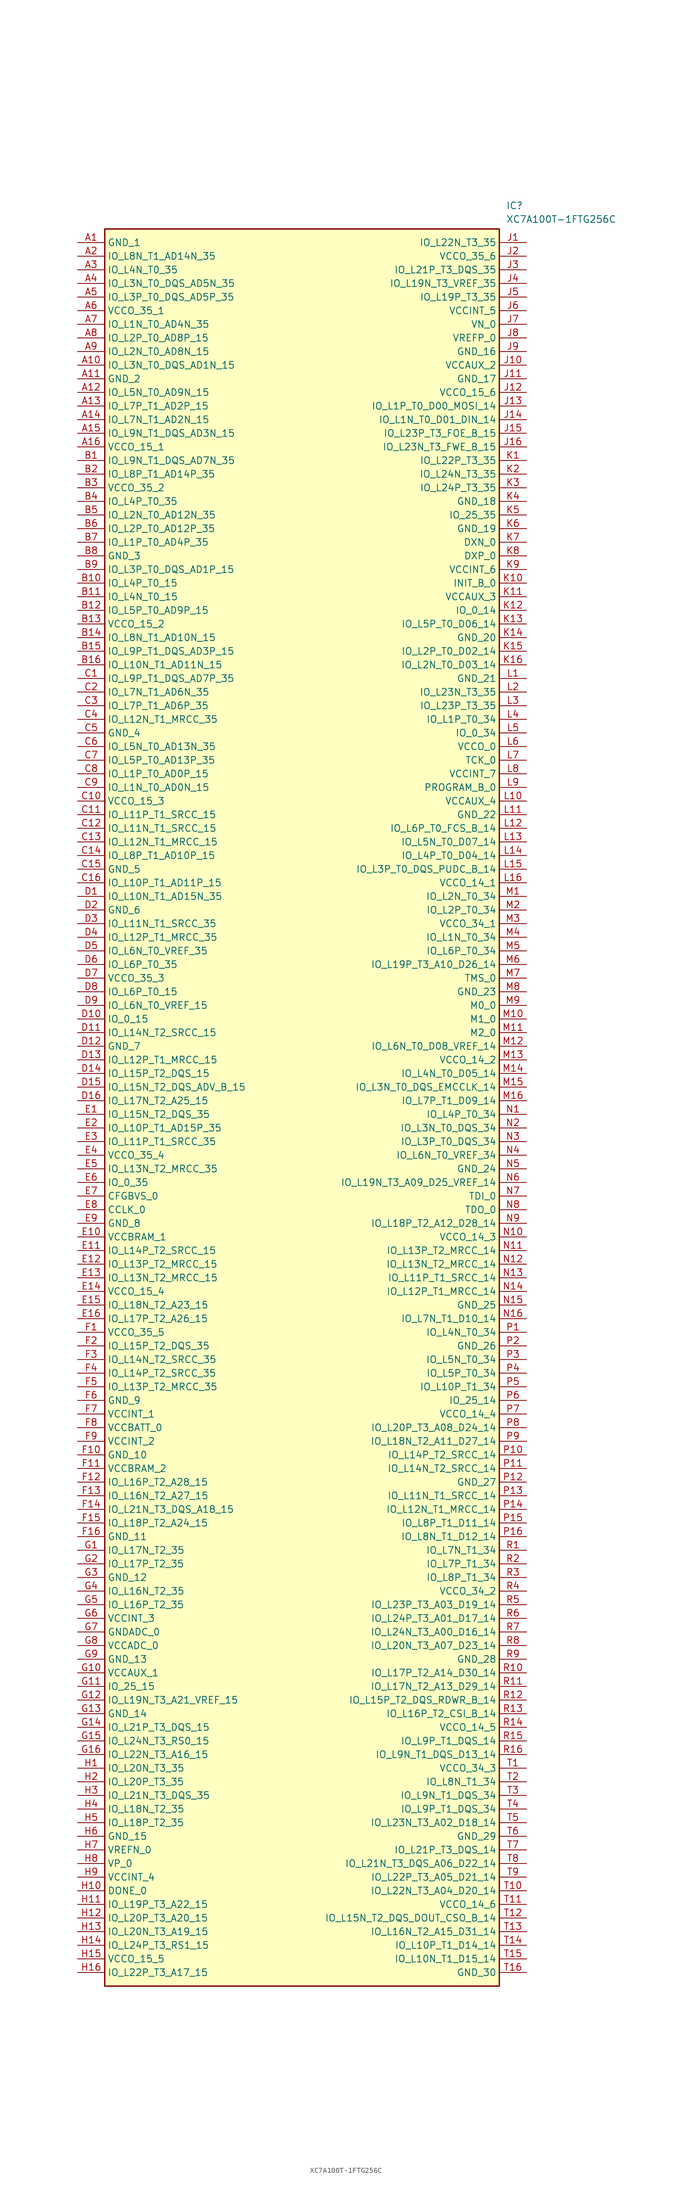
<source format=kicad_sym>
(kicad_symbol_lib
  (version 20211014)
  (generator SamacSys_ECAD_Model)
  (symbol "XC7A100T-1FTG256C"
    (property "Reference" "IC"
      (at 80.01 7.62 0)
      (effects (font (size 1.27 1.27)) (justify left top)))
    (property "Value" "XC7A100T-1FTG256C"
      (at 80.01 5.08 0)
      (effects (font (size 1.27 1.27)) (justify left top)))
    (rectangle
      (start 5.08 2.54)
      (end 78.74 -325.12)
      (stroke (width 0.254) (type default))
      (fill (type background)))
    (pin passive line
      (at 0 0 0)
      (length 5.08)
      (name "GND_1" (effects (font (size 1.27 1.27))))
      (number "A1" (effects (font (size 1.27 1.27)))))
    (pin passive line
      (at 0 -2.54 0)
      (length 5.08)
      (name "IO_L8N_T1_AD14N_35" (effects (font (size 1.27 1.27))))
      (number "A2" (effects (font (size 1.27 1.27)))))
    (pin passive line
      (at 0 -5.08 0)
      (length 5.08)
      (name "IO_L4N_T0_35" (effects (font (size 1.27 1.27))))
      (number "A3" (effects (font (size 1.27 1.27)))))
    (pin passive line
      (at 0 -7.62 0)
      (length 5.08)
      (name "IO_L3N_T0_DQS_AD5N_35" (effects (font (size 1.27 1.27))))
      (number "A4" (effects (font (size 1.27 1.27)))))
    (pin passive line
      (at 0 -10.16 0)
      (length 5.08)
      (name "IO_L3P_T0_DQS_AD5P_35" (effects (font (size 1.27 1.27))))
      (number "A5" (effects (font (size 1.27 1.27)))))
    (pin passive line
      (at 0 -12.7 0)
      (length 5.08)
      (name "VCCO_35_1" (effects (font (size 1.27 1.27))))
      (number "A6" (effects (font (size 1.27 1.27)))))
    (pin passive line
      (at 0 -15.24 0)
      (length 5.08)
      (name "IO_L1N_T0_AD4N_35" (effects (font (size 1.27 1.27))))
      (number "A7" (effects (font (size 1.27 1.27)))))
    (pin passive line
      (at 0 -17.78 0)
      (length 5.08)
      (name "IO_L2P_T0_AD8P_15" (effects (font (size 1.27 1.27))))
      (number "A8" (effects (font (size 1.27 1.27)))))
    (pin passive line
      (at 0 -20.32 0)
      (length 5.08)
      (name "IO_L2N_T0_AD8N_15" (effects (font (size 1.27 1.27))))
      (number "A9" (effects (font (size 1.27 1.27)))))
    (pin passive line
      (at 0 -22.86 0)
      (length 5.08)
      (name "IO_L3N_T0_DQS_AD1N_15" (effects (font (size 1.27 1.27))))
      (number "A10" (effects (font (size 1.27 1.27)))))
    (pin passive line
      (at 0 -25.4 0)
      (length 5.08)
      (name "GND_2" (effects (font (size 1.27 1.27))))
      (number "A11" (effects (font (size 1.27 1.27)))))
    (pin passive line
      (at 0 -27.94 0)
      (length 5.08)
      (name "IO_L5N_T0_AD9N_15" (effects (font (size 1.27 1.27))))
      (number "A12" (effects (font (size 1.27 1.27)))))
    (pin passive line
      (at 0 -30.48 0)
      (length 5.08)
      (name "IO_L7P_T1_AD2P_15" (effects (font (size 1.27 1.27))))
      (number "A13" (effects (font (size 1.27 1.27)))))
    (pin passive line
      (at 0 -33.02 0)
      (length 5.08)
      (name "IO_L7N_T1_AD2N_15" (effects (font (size 1.27 1.27))))
      (number "A14" (effects (font (size 1.27 1.27)))))
    (pin passive line
      (at 0 -35.56 0)
      (length 5.08)
      (name "IO_L9N_T1_DQS_AD3N_15" (effects (font (size 1.27 1.27))))
      (number "A15" (effects (font (size 1.27 1.27)))))
    (pin passive line
      (at 0 -38.1 0)
      (length 5.08)
      (name "VCCO_15_1" (effects (font (size 1.27 1.27))))
      (number "A16" (effects (font (size 1.27 1.27)))))
    (pin passive line
      (at 0 -40.64 0)
      (length 5.08)
      (name "IO_L9N_T1_DQS_AD7N_35" (effects (font (size 1.27 1.27))))
      (number "B1" (effects (font (size 1.27 1.27)))))
    (pin passive line
      (at 0 -43.18 0)
      (length 5.08)
      (name "IO_L8P_T1_AD14P_35" (effects (font (size 1.27 1.27))))
      (number "B2" (effects (font (size 1.27 1.27)))))
    (pin passive line
      (at 0 -45.72 0)
      (length 5.08)
      (name "VCCO_35_2" (effects (font (size 1.27 1.27))))
      (number "B3" (effects (font (size 1.27 1.27)))))
    (pin passive line
      (at 0 -48.26 0)
      (length 5.08)
      (name "IO_L4P_T0_35" (effects (font (size 1.27 1.27))))
      (number "B4" (effects (font (size 1.27 1.27)))))
    (pin passive line
      (at 0 -50.8 0)
      (length 5.08)
      (name "IO_L2N_T0_AD12N_35" (effects (font (size 1.27 1.27))))
      (number "B5" (effects (font (size 1.27 1.27)))))
    (pin passive line
      (at 0 -53.34 0)
      (length 5.08)
      (name "IO_L2P_T0_AD12P_35" (effects (font (size 1.27 1.27))))
      (number "B6" (effects (font (size 1.27 1.27)))))
    (pin passive line
      (at 0 -55.88 0)
      (length 5.08)
      (name "IO_L1P_T0_AD4P_35" (effects (font (size 1.27 1.27))))
      (number "B7" (effects (font (size 1.27 1.27)))))
    (pin passive line
      (at 0 -58.42 0)
      (length 5.08)
      (name "GND_3" (effects (font (size 1.27 1.27))))
      (number "B8" (effects (font (size 1.27 1.27)))))
    (pin passive line
      (at 0 -60.96 0)
      (length 5.08)
      (name "IO_L3P_T0_DQS_AD1P_15" (effects (font (size 1.27 1.27))))
      (number "B9" (effects (font (size 1.27 1.27)))))
    (pin passive line
      (at 0 -63.5 0)
      (length 5.08)
      (name "IO_L4P_T0_15" (effects (font (size 1.27 1.27))))
      (number "B10" (effects (font (size 1.27 1.27)))))
    (pin passive line
      (at 0 -66.04 0)
      (length 5.08)
      (name "IO_L4N_T0_15" (effects (font (size 1.27 1.27))))
      (number "B11" (effects (font (size 1.27 1.27)))))
    (pin passive line
      (at 0 -68.58 0)
      (length 5.08)
      (name "IO_L5P_T0_AD9P_15" (effects (font (size 1.27 1.27))))
      (number "B12" (effects (font (size 1.27 1.27)))))
    (pin passive line
      (at 0 -71.12 0)
      (length 5.08)
      (name "VCCO_15_2" (effects (font (size 1.27 1.27))))
      (number "B13" (effects (font (size 1.27 1.27)))))
    (pin passive line
      (at 0 -73.66 0)
      (length 5.08)
      (name "IO_L8N_T1_AD10N_15" (effects (font (size 1.27 1.27))))
      (number "B14" (effects (font (size 1.27 1.27)))))
    (pin passive line
      (at 0 -76.2 0)
      (length 5.08)
      (name "IO_L9P_T1_DQS_AD3P_15" (effects (font (size 1.27 1.27))))
      (number "B15" (effects (font (size 1.27 1.27)))))
    (pin passive line
      (at 0 -78.74 0)
      (length 5.08)
      (name "IO_L10N_T1_AD11N_15" (effects (font (size 1.27 1.27))))
      (number "B16" (effects (font (size 1.27 1.27)))))
    (pin passive line
      (at 0 -81.28 0)
      (length 5.08)
      (name "IO_L9P_T1_DQS_AD7P_35" (effects (font (size 1.27 1.27))))
      (number "C1" (effects (font (size 1.27 1.27)))))
    (pin passive line
      (at 0 -83.82 0)
      (length 5.08)
      (name "IO_L7N_T1_AD6N_35" (effects (font (size 1.27 1.27))))
      (number "C2" (effects (font (size 1.27 1.27)))))
    (pin passive line
      (at 0 -86.36 0)
      (length 5.08)
      (name "IO_L7P_T1_AD6P_35" (effects (font (size 1.27 1.27))))
      (number "C3" (effects (font (size 1.27 1.27)))))
    (pin passive line
      (at 0 -88.9 0)
      (length 5.08)
      (name "IO_L12N_T1_MRCC_35" (effects (font (size 1.27 1.27))))
      (number "C4" (effects (font (size 1.27 1.27)))))
    (pin passive line
      (at 0 -91.44 0)
      (length 5.08)
      (name "GND_4" (effects (font (size 1.27 1.27))))
      (number "C5" (effects (font (size 1.27 1.27)))))
    (pin passive line
      (at 0 -93.98 0)
      (length 5.08)
      (name "IO_L5N_T0_AD13N_35" (effects (font (size 1.27 1.27))))
      (number "C6" (effects (font (size 1.27 1.27)))))
    (pin passive line
      (at 0 -96.52 0)
      (length 5.08)
      (name "IO_L5P_T0_AD13P_35" (effects (font (size 1.27 1.27))))
      (number "C7" (effects (font (size 1.27 1.27)))))
    (pin passive line
      (at 0 -99.06 0)
      (length 5.08)
      (name "IO_L1P_T0_AD0P_15" (effects (font (size 1.27 1.27))))
      (number "C8" (effects (font (size 1.27 1.27)))))
    (pin passive line
      (at 0 -101.6 0)
      (length 5.08)
      (name "IO_L1N_T0_AD0N_15" (effects (font (size 1.27 1.27))))
      (number "C9" (effects (font (size 1.27 1.27)))))
    (pin passive line
      (at 0 -104.14 0)
      (length 5.08)
      (name "VCCO_15_3" (effects (font (size 1.27 1.27))))
      (number "C10" (effects (font (size 1.27 1.27)))))
    (pin passive line
      (at 0 -106.68 0)
      (length 5.08)
      (name "IO_L11P_T1_SRCC_15" (effects (font (size 1.27 1.27))))
      (number "C11" (effects (font (size 1.27 1.27)))))
    (pin passive line
      (at 0 -109.22 0)
      (length 5.08)
      (name "IO_L11N_T1_SRCC_15" (effects (font (size 1.27 1.27))))
      (number "C12" (effects (font (size 1.27 1.27)))))
    (pin passive line
      (at 0 -111.76 0)
      (length 5.08)
      (name "IO_L12N_T1_MRCC_15" (effects (font (size 1.27 1.27))))
      (number "C13" (effects (font (size 1.27 1.27)))))
    (pin passive line
      (at 0 -114.3 0)
      (length 5.08)
      (name "IO_L8P_T1_AD10P_15" (effects (font (size 1.27 1.27))))
      (number "C14" (effects (font (size 1.27 1.27)))))
    (pin passive line
      (at 0 -116.84 0)
      (length 5.08)
      (name "GND_5" (effects (font (size 1.27 1.27))))
      (number "C15" (effects (font (size 1.27 1.27)))))
    (pin passive line
      (at 0 -119.38 0)
      (length 5.08)
      (name "IO_L10P_T1_AD11P_15" (effects (font (size 1.27 1.27))))
      (number "C16" (effects (font (size 1.27 1.27)))))
    (pin passive line
      (at 0 -121.92 0)
      (length 5.08)
      (name "IO_L10N_T1_AD15N_35" (effects (font (size 1.27 1.27))))
      (number "D1" (effects (font (size 1.27 1.27)))))
    (pin passive line
      (at 0 -124.46 0)
      (length 5.08)
      (name "GND_6" (effects (font (size 1.27 1.27))))
      (number "D2" (effects (font (size 1.27 1.27)))))
    (pin passive line
      (at 0 -127 0)
      (length 5.08)
      (name "IO_L11N_T1_SRCC_35" (effects (font (size 1.27 1.27))))
      (number "D3" (effects (font (size 1.27 1.27)))))
    (pin passive line
      (at 0 -129.54 0)
      (length 5.08)
      (name "IO_L12P_T1_MRCC_35" (effects (font (size 1.27 1.27))))
      (number "D4" (effects (font (size 1.27 1.27)))))
    (pin passive line
      (at 0 -132.08 0)
      (length 5.08)
      (name "IO_L6N_T0_VREF_35" (effects (font (size 1.27 1.27))))
      (number "D5" (effects (font (size 1.27 1.27)))))
    (pin passive line
      (at 0 -134.62 0)
      (length 5.08)
      (name "IO_L6P_T0_35" (effects (font (size 1.27 1.27))))
      (number "D6" (effects (font (size 1.27 1.27)))))
    (pin passive line
      (at 0 -137.16 0)
      (length 5.08)
      (name "VCCO_35_3" (effects (font (size 1.27 1.27))))
      (number "D7" (effects (font (size 1.27 1.27)))))
    (pin passive line
      (at 0 -139.7 0)
      (length 5.08)
      (name "IO_L6P_T0_15" (effects (font (size 1.27 1.27))))
      (number "D8" (effects (font (size 1.27 1.27)))))
    (pin passive line
      (at 0 -142.24 0)
      (length 5.08)
      (name "IO_L6N_T0_VREF_15" (effects (font (size 1.27 1.27))))
      (number "D9" (effects (font (size 1.27 1.27)))))
    (pin passive line
      (at 0 -144.78 0)
      (length 5.08)
      (name "IO_0_15" (effects (font (size 1.27 1.27))))
      (number "D10" (effects (font (size 1.27 1.27)))))
    (pin passive line
      (at 0 -147.32 0)
      (length 5.08)
      (name "IO_L14N_T2_SRCC_15" (effects (font (size 1.27 1.27))))
      (number "D11" (effects (font (size 1.27 1.27)))))
    (pin passive line
      (at 0 -149.86 0)
      (length 5.08)
      (name "GND_7" (effects (font (size 1.27 1.27))))
      (number "D12" (effects (font (size 1.27 1.27)))))
    (pin passive line
      (at 0 -152.4 0)
      (length 5.08)
      (name "IO_L12P_T1_MRCC_15" (effects (font (size 1.27 1.27))))
      (number "D13" (effects (font (size 1.27 1.27)))))
    (pin passive line
      (at 0 -154.94 0)
      (length 5.08)
      (name "IO_L15P_T2_DQS_15" (effects (font (size 1.27 1.27))))
      (number "D14" (effects (font (size 1.27 1.27)))))
    (pin passive line
      (at 0 -157.48 0)
      (length 5.08)
      (name "IO_L15N_T2_DQS_ADV_B_15" (effects (font (size 1.27 1.27))))
      (number "D15" (effects (font (size 1.27 1.27)))))
    (pin passive line
      (at 0 -160.02 0)
      (length 5.08)
      (name "IO_L17N_T2_A25_15" (effects (font (size 1.27 1.27))))
      (number "D16" (effects (font (size 1.27 1.27)))))
    (pin passive line
      (at 0 -162.56 0)
      (length 5.08)
      (name "IO_L15N_T2_DQS_35" (effects (font (size 1.27 1.27))))
      (number "E1" (effects (font (size 1.27 1.27)))))
    (pin passive line
      (at 0 -165.1 0)
      (length 5.08)
      (name "IO_L10P_T1_AD15P_35" (effects (font (size 1.27 1.27))))
      (number "E2" (effects (font (size 1.27 1.27)))))
    (pin passive line
      (at 0 -167.64 0)
      (length 5.08)
      (name "IO_L11P_T1_SRCC_35" (effects (font (size 1.27 1.27))))
      (number "E3" (effects (font (size 1.27 1.27)))))
    (pin passive line
      (at 0 -170.18 0)
      (length 5.08)
      (name "VCCO_35_4" (effects (font (size 1.27 1.27))))
      (number "E4" (effects (font (size 1.27 1.27)))))
    (pin passive line
      (at 0 -172.72 0)
      (length 5.08)
      (name "IO_L13N_T2_MRCC_35" (effects (font (size 1.27 1.27))))
      (number "E5" (effects (font (size 1.27 1.27)))))
    (pin passive line
      (at 0 -175.26 0)
      (length 5.08)
      (name "IO_0_35" (effects (font (size 1.27 1.27))))
      (number "E6" (effects (font (size 1.27 1.27)))))
    (pin passive line
      (at 0 -177.8 0)
      (length 5.08)
      (name "CFGBVS_0" (effects (font (size 1.27 1.27))))
      (number "E7" (effects (font (size 1.27 1.27)))))
    (pin passive line
      (at 0 -180.34 0)
      (length 5.08)
      (name "CCLK_0" (effects (font (size 1.27 1.27))))
      (number "E8" (effects (font (size 1.27 1.27)))))
    (pin passive line
      (at 0 -182.88 0)
      (length 5.08)
      (name "GND_8" (effects (font (size 1.27 1.27))))
      (number "E9" (effects (font (size 1.27 1.27)))))
    (pin passive line
      (at 0 -185.42 0)
      (length 5.08)
      (name "VCCBRAM_1" (effects (font (size 1.27 1.27))))
      (number "E10" (effects (font (size 1.27 1.27)))))
    (pin passive line
      (at 0 -187.96 0)
      (length 5.08)
      (name "IO_L14P_T2_SRCC_15" (effects (font (size 1.27 1.27))))
      (number "E11" (effects (font (size 1.27 1.27)))))
    (pin passive line
      (at 0 -190.5 0)
      (length 5.08)
      (name "IO_L13P_T2_MRCC_15" (effects (font (size 1.27 1.27))))
      (number "E12" (effects (font (size 1.27 1.27)))))
    (pin passive line
      (at 0 -193.04 0)
      (length 5.08)
      (name "IO_L13N_T2_MRCC_15" (effects (font (size 1.27 1.27))))
      (number "E13" (effects (font (size 1.27 1.27)))))
    (pin passive line
      (at 0 -195.58 0)
      (length 5.08)
      (name "VCCO_15_4" (effects (font (size 1.27 1.27))))
      (number "E14" (effects (font (size 1.27 1.27)))))
    (pin passive line
      (at 0 -198.12 0)
      (length 5.08)
      (name "IO_L18N_T2_A23_15" (effects (font (size 1.27 1.27))))
      (number "E15" (effects (font (size 1.27 1.27)))))
    (pin passive line
      (at 0 -200.66 0)
      (length 5.08)
      (name "IO_L17P_T2_A26_15" (effects (font (size 1.27 1.27))))
      (number "E16" (effects (font (size 1.27 1.27)))))
    (pin passive line
      (at 0 -203.2 0)
      (length 5.08)
      (name "VCCO_35_5" (effects (font (size 1.27 1.27))))
      (number "F1" (effects (font (size 1.27 1.27)))))
    (pin passive line
      (at 0 -205.74 0)
      (length 5.08)
      (name "IO_L15P_T2_DQS_35" (effects (font (size 1.27 1.27))))
      (number "F2" (effects (font (size 1.27 1.27)))))
    (pin passive line
      (at 0 -208.28 0)
      (length 5.08)
      (name "IO_L14N_T2_SRCC_35" (effects (font (size 1.27 1.27))))
      (number "F3" (effects (font (size 1.27 1.27)))))
    (pin passive line
      (at 0 -210.82 0)
      (length 5.08)
      (name "IO_L14P_T2_SRCC_35" (effects (font (size 1.27 1.27))))
      (number "F4" (effects (font (size 1.27 1.27)))))
    (pin passive line
      (at 0 -213.36 0)
      (length 5.08)
      (name "IO_L13P_T2_MRCC_35" (effects (font (size 1.27 1.27))))
      (number "F5" (effects (font (size 1.27 1.27)))))
    (pin passive line
      (at 0 -215.9 0)
      (length 5.08)
      (name "GND_9" (effects (font (size 1.27 1.27))))
      (number "F6" (effects (font (size 1.27 1.27)))))
    (pin passive line
      (at 0 -218.44 0)
      (length 5.08)
      (name "VCCINT_1" (effects (font (size 1.27 1.27))))
      (number "F7" (effects (font (size 1.27 1.27)))))
    (pin passive line
      (at 0 -220.98 0)
      (length 5.08)
      (name "VCCBATT_0" (effects (font (size 1.27 1.27))))
      (number "F8" (effects (font (size 1.27 1.27)))))
    (pin passive line
      (at 0 -223.52 0)
      (length 5.08)
      (name "VCCINT_2" (effects (font (size 1.27 1.27))))
      (number "F9" (effects (font (size 1.27 1.27)))))
    (pin passive line
      (at 0 -226.06 0)
      (length 5.08)
      (name "GND_10" (effects (font (size 1.27 1.27))))
      (number "F10" (effects (font (size 1.27 1.27)))))
    (pin passive line
      (at 0 -228.6 0)
      (length 5.08)
      (name "VCCBRAM_2" (effects (font (size 1.27 1.27))))
      (number "F11" (effects (font (size 1.27 1.27)))))
    (pin passive line
      (at 0 -231.14 0)
      (length 5.08)
      (name "IO_L16P_T2_A28_15" (effects (font (size 1.27 1.27))))
      (number "F12" (effects (font (size 1.27 1.27)))))
    (pin passive line
      (at 0 -233.68 0)
      (length 5.08)
      (name "IO_L16N_T2_A27_15" (effects (font (size 1.27 1.27))))
      (number "F13" (effects (font (size 1.27 1.27)))))
    (pin passive line
      (at 0 -236.22 0)
      (length 5.08)
      (name "IO_L21N_T3_DQS_A18_15" (effects (font (size 1.27 1.27))))
      (number "F14" (effects (font (size 1.27 1.27)))))
    (pin passive line
      (at 0 -238.76 0)
      (length 5.08)
      (name "IO_L18P_T2_A24_15" (effects (font (size 1.27 1.27))))
      (number "F15" (effects (font (size 1.27 1.27)))))
    (pin passive line
      (at 0 -241.3 0)
      (length 5.08)
      (name "GND_11" (effects (font (size 1.27 1.27))))
      (number "F16" (effects (font (size 1.27 1.27)))))
    (pin passive line
      (at 0 -243.84 0)
      (length 5.08)
      (name "IO_L17N_T2_35" (effects (font (size 1.27 1.27))))
      (number "G1" (effects (font (size 1.27 1.27)))))
    (pin passive line
      (at 0 -246.38 0)
      (length 5.08)
      (name "IO_L17P_T2_35" (effects (font (size 1.27 1.27))))
      (number "G2" (effects (font (size 1.27 1.27)))))
    (pin passive line
      (at 0 -248.92 0)
      (length 5.08)
      (name "GND_12" (effects (font (size 1.27 1.27))))
      (number "G3" (effects (font (size 1.27 1.27)))))
    (pin passive line
      (at 0 -251.46 0)
      (length 5.08)
      (name "IO_L16N_T2_35" (effects (font (size 1.27 1.27))))
      (number "G4" (effects (font (size 1.27 1.27)))))
    (pin passive line
      (at 0 -254 0)
      (length 5.08)
      (name "IO_L16P_T2_35" (effects (font (size 1.27 1.27))))
      (number "G5" (effects (font (size 1.27 1.27)))))
    (pin passive line
      (at 0 -256.54 0)
      (length 5.08)
      (name "VCCINT_3" (effects (font (size 1.27 1.27))))
      (number "G6" (effects (font (size 1.27 1.27)))))
    (pin passive line
      (at 0 -259.08 0)
      (length 5.08)
      (name "GNDADC_0" (effects (font (size 1.27 1.27))))
      (number "G7" (effects (font (size 1.27 1.27)))))
    (pin passive line
      (at 0 -261.62 0)
      (length 5.08)
      (name "VCCADC_0" (effects (font (size 1.27 1.27))))
      (number "G8" (effects (font (size 1.27 1.27)))))
    (pin passive line
      (at 0 -264.16 0)
      (length 5.08)
      (name "GND_13" (effects (font (size 1.27 1.27))))
      (number "G9" (effects (font (size 1.27 1.27)))))
    (pin passive line
      (at 0 -266.7 0)
      (length 5.08)
      (name "VCCAUX_1" (effects (font (size 1.27 1.27))))
      (number "G10" (effects (font (size 1.27 1.27)))))
    (pin passive line
      (at 0 -269.24 0)
      (length 5.08)
      (name "IO_25_15" (effects (font (size 1.27 1.27))))
      (number "G11" (effects (font (size 1.27 1.27)))))
    (pin passive line
      (at 0 -271.78 0)
      (length 5.08)
      (name "IO_L19N_T3_A21_VREF_15" (effects (font (size 1.27 1.27))))
      (number "G12" (effects (font (size 1.27 1.27)))))
    (pin passive line
      (at 0 -274.32 0)
      (length 5.08)
      (name "GND_14" (effects (font (size 1.27 1.27))))
      (number "G13" (effects (font (size 1.27 1.27)))))
    (pin passive line
      (at 0 -276.86 0)
      (length 5.08)
      (name "IO_L21P_T3_DQS_15" (effects (font (size 1.27 1.27))))
      (number "G14" (effects (font (size 1.27 1.27)))))
    (pin passive line
      (at 0 -279.4 0)
      (length 5.08)
      (name "IO_L24N_T3_RS0_15" (effects (font (size 1.27 1.27))))
      (number "G15" (effects (font (size 1.27 1.27)))))
    (pin passive line
      (at 0 -281.94 0)
      (length 5.08)
      (name "IO_L22N_T3_A16_15" (effects (font (size 1.27 1.27))))
      (number "G16" (effects (font (size 1.27 1.27)))))
    (pin passive line
      (at 0 -284.48 0)
      (length 5.08)
      (name "IO_L20N_T3_35" (effects (font (size 1.27 1.27))))
      (number "H1" (effects (font (size 1.27 1.27)))))
    (pin passive line
      (at 0 -287.02 0)
      (length 5.08)
      (name "IO_L20P_T3_35" (effects (font (size 1.27 1.27))))
      (number "H2" (effects (font (size 1.27 1.27)))))
    (pin passive line
      (at 0 -289.56 0)
      (length 5.08)
      (name "IO_L21N_T3_DQS_35" (effects (font (size 1.27 1.27))))
      (number "H3" (effects (font (size 1.27 1.27)))))
    (pin passive line
      (at 0 -292.1 0)
      (length 5.08)
      (name "IO_L18N_T2_35" (effects (font (size 1.27 1.27))))
      (number "H4" (effects (font (size 1.27 1.27)))))
    (pin passive line
      (at 0 -294.64 0)
      (length 5.08)
      (name "IO_L18P_T2_35" (effects (font (size 1.27 1.27))))
      (number "H5" (effects (font (size 1.27 1.27)))))
    (pin passive line
      (at 0 -297.18 0)
      (length 5.08)
      (name "GND_15" (effects (font (size 1.27 1.27))))
      (number "H6" (effects (font (size 1.27 1.27)))))
    (pin passive line
      (at 0 -299.72 0)
      (length 5.08)
      (name "VREFN_0" (effects (font (size 1.27 1.27))))
      (number "H7" (effects (font (size 1.27 1.27)))))
    (pin passive line
      (at 0 -302.26 0)
      (length 5.08)
      (name "VP_0" (effects (font (size 1.27 1.27))))
      (number "H8" (effects (font (size 1.27 1.27)))))
    (pin passive line
      (at 0 -304.8 0)
      (length 5.08)
      (name "VCCINT_4" (effects (font (size 1.27 1.27))))
      (number "H9" (effects (font (size 1.27 1.27)))))
    (pin passive line
      (at 0 -307.34 0)
      (length 5.08)
      (name "DONE_0" (effects (font (size 1.27 1.27))))
      (number "H10" (effects (font (size 1.27 1.27)))))
    (pin passive line
      (at 0 -309.88 0)
      (length 5.08)
      (name "IO_L19P_T3_A22_15" (effects (font (size 1.27 1.27))))
      (number "H11" (effects (font (size 1.27 1.27)))))
    (pin passive line
      (at 0 -312.42 0)
      (length 5.08)
      (name "IO_L20P_T3_A20_15" (effects (font (size 1.27 1.27))))
      (number "H12" (effects (font (size 1.27 1.27)))))
    (pin passive line
      (at 0 -314.96 0)
      (length 5.08)
      (name "IO_L20N_T3_A19_15" (effects (font (size 1.27 1.27))))
      (number "H13" (effects (font (size 1.27 1.27)))))
    (pin passive line
      (at 0 -317.5 0)
      (length 5.08)
      (name "IO_L24P_T3_RS1_15" (effects (font (size 1.27 1.27))))
      (number "H14" (effects (font (size 1.27 1.27)))))
    (pin passive line
      (at 0 -320.04 0)
      (length 5.08)
      (name "VCCO_15_5" (effects (font (size 1.27 1.27))))
      (number "H15" (effects (font (size 1.27 1.27)))))
    (pin passive line
      (at 0 -322.58 0)
      (length 5.08)
      (name "IO_L22P_T3_A17_15" (effects (font (size 1.27 1.27))))
      (number "H16" (effects (font (size 1.27 1.27)))))
    (pin passive line
      (at 83.82 0 180)
      (length 5.08)
      (name "IO_L22N_T3_35" (effects (font (size 1.27 1.27))))
      (number "J1" (effects (font (size 1.27 1.27)))))
    (pin passive line
      (at 83.82 -2.54 180)
      (length 5.08)
      (name "VCCO_35_6" (effects (font (size 1.27 1.27))))
      (number "J2" (effects (font (size 1.27 1.27)))))
    (pin passive line
      (at 83.82 -5.08 180)
      (length 5.08)
      (name "IO_L21P_T3_DQS_35" (effects (font (size 1.27 1.27))))
      (number "J3" (effects (font (size 1.27 1.27)))))
    (pin passive line
      (at 83.82 -7.62 180)
      (length 5.08)
      (name "IO_L19N_T3_VREF_35" (effects (font (size 1.27 1.27))))
      (number "J4" (effects (font (size 1.27 1.27)))))
    (pin passive line
      (at 83.82 -10.16 180)
      (length 5.08)
      (name "IO_L19P_T3_35" (effects (font (size 1.27 1.27))))
      (number "J5" (effects (font (size 1.27 1.27)))))
    (pin passive line
      (at 83.82 -12.7 180)
      (length 5.08)
      (name "VCCINT_5" (effects (font (size 1.27 1.27))))
      (number "J6" (effects (font (size 1.27 1.27)))))
    (pin passive line
      (at 83.82 -15.24 180)
      (length 5.08)
      (name "VN_0" (effects (font (size 1.27 1.27))))
      (number "J7" (effects (font (size 1.27 1.27)))))
    (pin passive line
      (at 83.82 -17.78 180)
      (length 5.08)
      (name "VREFP_0" (effects (font (size 1.27 1.27))))
      (number "J8" (effects (font (size 1.27 1.27)))))
    (pin passive line
      (at 83.82 -20.32 180)
      (length 5.08)
      (name "GND_16" (effects (font (size 1.27 1.27))))
      (number "J9" (effects (font (size 1.27 1.27)))))
    (pin passive line
      (at 83.82 -22.86 180)
      (length 5.08)
      (name "VCCAUX_2" (effects (font (size 1.27 1.27))))
      (number "J10" (effects (font (size 1.27 1.27)))))
    (pin passive line
      (at 83.82 -25.4 180)
      (length 5.08)
      (name "GND_17" (effects (font (size 1.27 1.27))))
      (number "J11" (effects (font (size 1.27 1.27)))))
    (pin passive line
      (at 83.82 -27.94 180)
      (length 5.08)
      (name "VCCO_15_6" (effects (font (size 1.27 1.27))))
      (number "J12" (effects (font (size 1.27 1.27)))))
    (pin passive line
      (at 83.82 -30.48 180)
      (length 5.08)
      (name "IO_L1P_T0_D00_MOSI_14" (effects (font (size 1.27 1.27))))
      (number "J13" (effects (font (size 1.27 1.27)))))
    (pin passive line
      (at 83.82 -33.02 180)
      (length 5.08)
      (name "IO_L1N_T0_D01_DIN_14" (effects (font (size 1.27 1.27))))
      (number "J14" (effects (font (size 1.27 1.27)))))
    (pin passive line
      (at 83.82 -35.56 180)
      (length 5.08)
      (name "IO_L23P_T3_FOE_B_15" (effects (font (size 1.27 1.27))))
      (number "J15" (effects (font (size 1.27 1.27)))))
    (pin passive line
      (at 83.82 -38.1 180)
      (length 5.08)
      (name "IO_L23N_T3_FWE_B_15" (effects (font (size 1.27 1.27))))
      (number "J16" (effects (font (size 1.27 1.27)))))
    (pin passive line
      (at 83.82 -40.64 180)
      (length 5.08)
      (name "IO_L22P_T3_35" (effects (font (size 1.27 1.27))))
      (number "K1" (effects (font (size 1.27 1.27)))))
    (pin passive line
      (at 83.82 -43.18 180)
      (length 5.08)
      (name "IO_L24N_T3_35" (effects (font (size 1.27 1.27))))
      (number "K2" (effects (font (size 1.27 1.27)))))
    (pin passive line
      (at 83.82 -45.72 180)
      (length 5.08)
      (name "IO_L24P_T3_35" (effects (font (size 1.27 1.27))))
      (number "K3" (effects (font (size 1.27 1.27)))))
    (pin passive line
      (at 83.82 -48.26 180)
      (length 5.08)
      (name "GND_18" (effects (font (size 1.27 1.27))))
      (number "K4" (effects (font (size 1.27 1.27)))))
    (pin passive line
      (at 83.82 -50.8 180)
      (length 5.08)
      (name "IO_25_35" (effects (font (size 1.27 1.27))))
      (number "K5" (effects (font (size 1.27 1.27)))))
    (pin passive line
      (at 83.82 -53.34 180)
      (length 5.08)
      (name "GND_19" (effects (font (size 1.27 1.27))))
      (number "K6" (effects (font (size 1.27 1.27)))))
    (pin passive line
      (at 83.82 -55.88 180)
      (length 5.08)
      (name "DXN_0" (effects (font (size 1.27 1.27))))
      (number "K7" (effects (font (size 1.27 1.27)))))
    (pin passive line
      (at 83.82 -58.42 180)
      (length 5.08)
      (name "DXP_0" (effects (font (size 1.27 1.27))))
      (number "K8" (effects (font (size 1.27 1.27)))))
    (pin passive line
      (at 83.82 -60.96 180)
      (length 5.08)
      (name "VCCINT_6" (effects (font (size 1.27 1.27))))
      (number "K9" (effects (font (size 1.27 1.27)))))
    (pin passive line
      (at 83.82 -63.5 180)
      (length 5.08)
      (name "INIT_B_0" (effects (font (size 1.27 1.27))))
      (number "K10" (effects (font (size 1.27 1.27)))))
    (pin passive line
      (at 83.82 -66.04 180)
      (length 5.08)
      (name "VCCAUX_3" (effects (font (size 1.27 1.27))))
      (number "K11" (effects (font (size 1.27 1.27)))))
    (pin passive line
      (at 83.82 -68.58 180)
      (length 5.08)
      (name "IO_0_14" (effects (font (size 1.27 1.27))))
      (number "K12" (effects (font (size 1.27 1.27)))))
    (pin passive line
      (at 83.82 -71.12 180)
      (length 5.08)
      (name "IO_L5P_T0_D06_14" (effects (font (size 1.27 1.27))))
      (number "K13" (effects (font (size 1.27 1.27)))))
    (pin passive line
      (at 83.82 -73.66 180)
      (length 5.08)
      (name "GND_20" (effects (font (size 1.27 1.27))))
      (number "K14" (effects (font (size 1.27 1.27)))))
    (pin passive line
      (at 83.82 -76.2 180)
      (length 5.08)
      (name "IO_L2P_T0_D02_14" (effects (font (size 1.27 1.27))))
      (number "K15" (effects (font (size 1.27 1.27)))))
    (pin passive line
      (at 83.82 -78.74 180)
      (length 5.08)
      (name "IO_L2N_T0_D03_14" (effects (font (size 1.27 1.27))))
      (number "K16" (effects (font (size 1.27 1.27)))))
    (pin passive line
      (at 83.82 -81.28 180)
      (length 5.08)
      (name "GND_21" (effects (font (size 1.27 1.27))))
      (number "L1" (effects (font (size 1.27 1.27)))))
    (pin passive line
      (at 83.82 -83.82 180)
      (length 5.08)
      (name "IO_L23N_T3_35" (effects (font (size 1.27 1.27))))
      (number "L2" (effects (font (size 1.27 1.27)))))
    (pin passive line
      (at 83.82 -86.36 180)
      (length 5.08)
      (name "IO_L23P_T3_35" (effects (font (size 1.27 1.27))))
      (number "L3" (effects (font (size 1.27 1.27)))))
    (pin passive line
      (at 83.82 -88.9 180)
      (length 5.08)
      (name "IO_L1P_T0_34" (effects (font (size 1.27 1.27))))
      (number "L4" (effects (font (size 1.27 1.27)))))
    (pin passive line
      (at 83.82 -91.44 180)
      (length 5.08)
      (name "IO_0_34" (effects (font (size 1.27 1.27))))
      (number "L5" (effects (font (size 1.27 1.27)))))
    (pin passive line
      (at 83.82 -93.98 180)
      (length 5.08)
      (name "VCCO_0" (effects (font (size 1.27 1.27))))
      (number "L6" (effects (font (size 1.27 1.27)))))
    (pin passive line
      (at 83.82 -96.52 180)
      (length 5.08)
      (name "TCK_0" (effects (font (size 1.27 1.27))))
      (number "L7" (effects (font (size 1.27 1.27)))))
    (pin passive line
      (at 83.82 -99.06 180)
      (length 5.08)
      (name "VCCINT_7" (effects (font (size 1.27 1.27))))
      (number "L8" (effects (font (size 1.27 1.27)))))
    (pin passive line
      (at 83.82 -101.6 180)
      (length 5.08)
      (name "PROGRAM_B_0" (effects (font (size 1.27 1.27))))
      (number "L9" (effects (font (size 1.27 1.27)))))
    (pin passive line
      (at 83.82 -104.14 180)
      (length 5.08)
      (name "VCCAUX_4" (effects (font (size 1.27 1.27))))
      (number "L10" (effects (font (size 1.27 1.27)))))
    (pin passive line
      (at 83.82 -106.68 180)
      (length 5.08)
      (name "GND_22" (effects (font (size 1.27 1.27))))
      (number "L11" (effects (font (size 1.27 1.27)))))
    (pin passive line
      (at 83.82 -109.22 180)
      (length 5.08)
      (name "IO_L6P_T0_FCS_B_14" (effects (font (size 1.27 1.27))))
      (number "L12" (effects (font (size 1.27 1.27)))))
    (pin passive line
      (at 83.82 -111.76 180)
      (length 5.08)
      (name "IO_L5N_T0_D07_14" (effects (font (size 1.27 1.27))))
      (number "L13" (effects (font (size 1.27 1.27)))))
    (pin passive line
      (at 83.82 -114.3 180)
      (length 5.08)
      (name "IO_L4P_T0_D04_14" (effects (font (size 1.27 1.27))))
      (number "L14" (effects (font (size 1.27 1.27)))))
    (pin passive line
      (at 83.82 -116.84 180)
      (length 5.08)
      (name "IO_L3P_T0_DQS_PUDC_B_14" (effects (font (size 1.27 1.27))))
      (number "L15" (effects (font (size 1.27 1.27)))))
    (pin passive line
      (at 83.82 -119.38 180)
      (length 5.08)
      (name "VCCO_14_1" (effects (font (size 1.27 1.27))))
      (number "L16" (effects (font (size 1.27 1.27)))))
    (pin passive line
      (at 83.82 -121.92 180)
      (length 5.08)
      (name "IO_L2N_T0_34" (effects (font (size 1.27 1.27))))
      (number "M1" (effects (font (size 1.27 1.27)))))
    (pin passive line
      (at 83.82 -124.46 180)
      (length 5.08)
      (name "IO_L2P_T0_34" (effects (font (size 1.27 1.27))))
      (number "M2" (effects (font (size 1.27 1.27)))))
    (pin passive line
      (at 83.82 -127 180)
      (length 5.08)
      (name "VCCO_34_1" (effects (font (size 1.27 1.27))))
      (number "M3" (effects (font (size 1.27 1.27)))))
    (pin passive line
      (at 83.82 -129.54 180)
      (length 5.08)
      (name "IO_L1N_T0_34" (effects (font (size 1.27 1.27))))
      (number "M4" (effects (font (size 1.27 1.27)))))
    (pin passive line
      (at 83.82 -132.08 180)
      (length 5.08)
      (name "IO_L6P_T0_34" (effects (font (size 1.27 1.27))))
      (number "M5" (effects (font (size 1.27 1.27)))))
    (pin passive line
      (at 83.82 -134.62 180)
      (length 5.08)
      (name "IO_L19P_T3_A10_D26_14" (effects (font (size 1.27 1.27))))
      (number "M6" (effects (font (size 1.27 1.27)))))
    (pin passive line
      (at 83.82 -137.16 180)
      (length 5.08)
      (name "TMS_0" (effects (font (size 1.27 1.27))))
      (number "M7" (effects (font (size 1.27 1.27)))))
    (pin passive line
      (at 83.82 -139.7 180)
      (length 5.08)
      (name "GND_23" (effects (font (size 1.27 1.27))))
      (number "M8" (effects (font (size 1.27 1.27)))))
    (pin passive line
      (at 83.82 -142.24 180)
      (length 5.08)
      (name "M0_0" (effects (font (size 1.27 1.27))))
      (number "M9" (effects (font (size 1.27 1.27)))))
    (pin passive line
      (at 83.82 -144.78 180)
      (length 5.08)
      (name "M1_0" (effects (font (size 1.27 1.27))))
      (number "M10" (effects (font (size 1.27 1.27)))))
    (pin passive line
      (at 83.82 -147.32 180)
      (length 5.08)
      (name "M2_0" (effects (font (size 1.27 1.27))))
      (number "M11" (effects (font (size 1.27 1.27)))))
    (pin passive line
      (at 83.82 -149.86 180)
      (length 5.08)
      (name "IO_L6N_T0_D08_VREF_14" (effects (font (size 1.27 1.27))))
      (number "M12" (effects (font (size 1.27 1.27)))))
    (pin passive line
      (at 83.82 -152.4 180)
      (length 5.08)
      (name "VCCO_14_2" (effects (font (size 1.27 1.27))))
      (number "M13" (effects (font (size 1.27 1.27)))))
    (pin passive line
      (at 83.82 -154.94 180)
      (length 5.08)
      (name "IO_L4N_T0_D05_14" (effects (font (size 1.27 1.27))))
      (number "M14" (effects (font (size 1.27 1.27)))))
    (pin passive line
      (at 83.82 -157.48 180)
      (length 5.08)
      (name "IO_L3N_T0_DQS_EMCCLK_14" (effects (font (size 1.27 1.27))))
      (number "M15" (effects (font (size 1.27 1.27)))))
    (pin passive line
      (at 83.82 -160.02 180)
      (length 5.08)
      (name "IO_L7P_T1_D09_14" (effects (font (size 1.27 1.27))))
      (number "M16" (effects (font (size 1.27 1.27)))))
    (pin passive line
      (at 83.82 -162.56 180)
      (length 5.08)
      (name "IO_L4P_T0_34" (effects (font (size 1.27 1.27))))
      (number "N1" (effects (font (size 1.27 1.27)))))
    (pin passive line
      (at 83.82 -165.1 180)
      (length 5.08)
      (name "IO_L3N_T0_DQS_34" (effects (font (size 1.27 1.27))))
      (number "N2" (effects (font (size 1.27 1.27)))))
    (pin passive line
      (at 83.82 -167.64 180)
      (length 5.08)
      (name "IO_L3P_T0_DQS_34" (effects (font (size 1.27 1.27))))
      (number "N3" (effects (font (size 1.27 1.27)))))
    (pin passive line
      (at 83.82 -170.18 180)
      (length 5.08)
      (name "IO_L6N_T0_VREF_34" (effects (font (size 1.27 1.27))))
      (number "N4" (effects (font (size 1.27 1.27)))))
    (pin passive line
      (at 83.82 -172.72 180)
      (length 5.08)
      (name "GND_24" (effects (font (size 1.27 1.27))))
      (number "N5" (effects (font (size 1.27 1.27)))))
    (pin passive line
      (at 83.82 -175.26 180)
      (length 5.08)
      (name "IO_L19N_T3_A09_D25_VREF_14" (effects (font (size 1.27 1.27))))
      (number "N6" (effects (font (size 1.27 1.27)))))
    (pin passive line
      (at 83.82 -177.8 180)
      (length 5.08)
      (name "TDI_0" (effects (font (size 1.27 1.27))))
      (number "N7" (effects (font (size 1.27 1.27)))))
    (pin passive line
      (at 83.82 -180.34 180)
      (length 5.08)
      (name "TDO_0" (effects (font (size 1.27 1.27))))
      (number "N8" (effects (font (size 1.27 1.27)))))
    (pin passive line
      (at 83.82 -182.88 180)
      (length 5.08)
      (name "IO_L18P_T2_A12_D28_14" (effects (font (size 1.27 1.27))))
      (number "N9" (effects (font (size 1.27 1.27)))))
    (pin passive line
      (at 83.82 -185.42 180)
      (length 5.08)
      (name "VCCO_14_3" (effects (font (size 1.27 1.27))))
      (number "N10" (effects (font (size 1.27 1.27)))))
    (pin passive line
      (at 83.82 -187.96 180)
      (length 5.08)
      (name "IO_L13P_T2_MRCC_14" (effects (font (size 1.27 1.27))))
      (number "N11" (effects (font (size 1.27 1.27)))))
    (pin passive line
      (at 83.82 -190.5 180)
      (length 5.08)
      (name "IO_L13N_T2_MRCC_14" (effects (font (size 1.27 1.27))))
      (number "N12" (effects (font (size 1.27 1.27)))))
    (pin passive line
      (at 83.82 -193.04 180)
      (length 5.08)
      (name "IO_L11P_T1_SRCC_14" (effects (font (size 1.27 1.27))))
      (number "N13" (effects (font (size 1.27 1.27)))))
    (pin passive line
      (at 83.82 -195.58 180)
      (length 5.08)
      (name "IO_L12P_T1_MRCC_14" (effects (font (size 1.27 1.27))))
      (number "N14" (effects (font (size 1.27 1.27)))))
    (pin passive line
      (at 83.82 -198.12 180)
      (length 5.08)
      (name "GND_25" (effects (font (size 1.27 1.27))))
      (number "N15" (effects (font (size 1.27 1.27)))))
    (pin passive line
      (at 83.82 -200.66 180)
      (length 5.08)
      (name "IO_L7N_T1_D10_14" (effects (font (size 1.27 1.27))))
      (number "N16" (effects (font (size 1.27 1.27)))))
    (pin passive line
      (at 83.82 -203.2 180)
      (length 5.08)
      (name "IO_L4N_T0_34" (effects (font (size 1.27 1.27))))
      (number "P1" (effects (font (size 1.27 1.27)))))
    (pin passive line
      (at 83.82 -205.74 180)
      (length 5.08)
      (name "GND_26" (effects (font (size 1.27 1.27))))
      (number "P2" (effects (font (size 1.27 1.27)))))
    (pin passive line
      (at 83.82 -208.28 180)
      (length 5.08)
      (name "IO_L5N_T0_34" (effects (font (size 1.27 1.27))))
      (number "P3" (effects (font (size 1.27 1.27)))))
    (pin passive line
      (at 83.82 -210.82 180)
      (length 5.08)
      (name "IO_L5P_T0_34" (effects (font (size 1.27 1.27))))
      (number "P4" (effects (font (size 1.27 1.27)))))
    (pin passive line
      (at 83.82 -213.36 180)
      (length 5.08)
      (name "IO_L10P_T1_34" (effects (font (size 1.27 1.27))))
      (number "P5" (effects (font (size 1.27 1.27)))))
    (pin passive line
      (at 83.82 -215.9 180)
      (length 5.08)
      (name "IO_25_14" (effects (font (size 1.27 1.27))))
      (number "P6" (effects (font (size 1.27 1.27)))))
    (pin passive line
      (at 83.82 -218.44 180)
      (length 5.08)
      (name "VCCO_14_4" (effects (font (size 1.27 1.27))))
      (number "P7" (effects (font (size 1.27 1.27)))))
    (pin passive line
      (at 83.82 -220.98 180)
      (length 5.08)
      (name "IO_L20P_T3_A08_D24_14" (effects (font (size 1.27 1.27))))
      (number "P8" (effects (font (size 1.27 1.27)))))
    (pin passive line
      (at 83.82 -223.52 180)
      (length 5.08)
      (name "IO_L18N_T2_A11_D27_14" (effects (font (size 1.27 1.27))))
      (number "P9" (effects (font (size 1.27 1.27)))))
    (pin passive line
      (at 83.82 -226.06 180)
      (length 5.08)
      (name "IO_L14P_T2_SRCC_14" (effects (font (size 1.27 1.27))))
      (number "P10" (effects (font (size 1.27 1.27)))))
    (pin passive line
      (at 83.82 -228.6 180)
      (length 5.08)
      (name "IO_L14N_T2_SRCC_14" (effects (font (size 1.27 1.27))))
      (number "P11" (effects (font (size 1.27 1.27)))))
    (pin passive line
      (at 83.82 -231.14 180)
      (length 5.08)
      (name "GND_27" (effects (font (size 1.27 1.27))))
      (number "P12" (effects (font (size 1.27 1.27)))))
    (pin passive line
      (at 83.82 -233.68 180)
      (length 5.08)
      (name "IO_L11N_T1_SRCC_14" (effects (font (size 1.27 1.27))))
      (number "P13" (effects (font (size 1.27 1.27)))))
    (pin passive line
      (at 83.82 -236.22 180)
      (length 5.08)
      (name "IO_L12N_T1_MRCC_14" (effects (font (size 1.27 1.27))))
      (number "P14" (effects (font (size 1.27 1.27)))))
    (pin passive line
      (at 83.82 -238.76 180)
      (length 5.08)
      (name "IO_L8P_T1_D11_14" (effects (font (size 1.27 1.27))))
      (number "P15" (effects (font (size 1.27 1.27)))))
    (pin passive line
      (at 83.82 -241.3 180)
      (length 5.08)
      (name "IO_L8N_T1_D12_14" (effects (font (size 1.27 1.27))))
      (number "P16" (effects (font (size 1.27 1.27)))))
    (pin passive line
      (at 83.82 -243.84 180)
      (length 5.08)
      (name "IO_L7N_T1_34" (effects (font (size 1.27 1.27))))
      (number "R1" (effects (font (size 1.27 1.27)))))
    (pin passive line
      (at 83.82 -246.38 180)
      (length 5.08)
      (name "IO_L7P_T1_34" (effects (font (size 1.27 1.27))))
      (number "R2" (effects (font (size 1.27 1.27)))))
    (pin passive line
      (at 83.82 -248.92 180)
      (length 5.08)
      (name "IO_L8P_T1_34" (effects (font (size 1.27 1.27))))
      (number "R3" (effects (font (size 1.27 1.27)))))
    (pin passive line
      (at 83.82 -251.46 180)
      (length 5.08)
      (name "VCCO_34_2" (effects (font (size 1.27 1.27))))
      (number "R4" (effects (font (size 1.27 1.27)))))
    (pin passive line
      (at 83.82 -254 180)
      (length 5.08)
      (name "IO_L23P_T3_A03_D19_14" (effects (font (size 1.27 1.27))))
      (number "R5" (effects (font (size 1.27 1.27)))))
    (pin passive line
      (at 83.82 -256.54 180)
      (length 5.08)
      (name "IO_L24P_T3_A01_D17_14" (effects (font (size 1.27 1.27))))
      (number "R6" (effects (font (size 1.27 1.27)))))
    (pin passive line
      (at 83.82 -259.08 180)
      (length 5.08)
      (name "IO_L24N_T3_A00_D16_14" (effects (font (size 1.27 1.27))))
      (number "R7" (effects (font (size 1.27 1.27)))))
    (pin passive line
      (at 83.82 -261.62 180)
      (length 5.08)
      (name "IO_L20N_T3_A07_D23_14" (effects (font (size 1.27 1.27))))
      (number "R8" (effects (font (size 1.27 1.27)))))
    (pin passive line
      (at 83.82 -264.16 180)
      (length 5.08)
      (name "GND_28" (effects (font (size 1.27 1.27))))
      (number "R9" (effects (font (size 1.27 1.27)))))
    (pin passive line
      (at 83.82 -266.7 180)
      (length 5.08)
      (name "IO_L17P_T2_A14_D30_14" (effects (font (size 1.27 1.27))))
      (number "R10" (effects (font (size 1.27 1.27)))))
    (pin passive line
      (at 83.82 -269.24 180)
      (length 5.08)
      (name "IO_L17N_T2_A13_D29_14" (effects (font (size 1.27 1.27))))
      (number "R11" (effects (font (size 1.27 1.27)))))
    (pin passive line
      (at 83.82 -271.78 180)
      (length 5.08)
      (name "IO_L15P_T2_DQS_RDWR_B_14" (effects (font (size 1.27 1.27))))
      (number "R12" (effects (font (size 1.27 1.27)))))
    (pin passive line
      (at 83.82 -274.32 180)
      (length 5.08)
      (name "IO_L16P_T2_CSI_B_14" (effects (font (size 1.27 1.27))))
      (number "R13" (effects (font (size 1.27 1.27)))))
    (pin passive line
      (at 83.82 -276.86 180)
      (length 5.08)
      (name "VCCO_14_5" (effects (font (size 1.27 1.27))))
      (number "R14" (effects (font (size 1.27 1.27)))))
    (pin passive line
      (at 83.82 -279.4 180)
      (length 5.08)
      (name "IO_L9P_T1_DQS_14" (effects (font (size 1.27 1.27))))
      (number "R15" (effects (font (size 1.27 1.27)))))
    (pin passive line
      (at 83.82 -281.94 180)
      (length 5.08)
      (name "IO_L9N_T1_DQS_D13_14" (effects (font (size 1.27 1.27))))
      (number "R16" (effects (font (size 1.27 1.27)))))
    (pin passive line
      (at 83.82 -284.48 180)
      (length 5.08)
      (name "VCCO_34_3" (effects (font (size 1.27 1.27))))
      (number "T1" (effects (font (size 1.27 1.27)))))
    (pin passive line
      (at 83.82 -287.02 180)
      (length 5.08)
      (name "IO_L8N_T1_34" (effects (font (size 1.27 1.27))))
      (number "T2" (effects (font (size 1.27 1.27)))))
    (pin passive line
      (at 83.82 -289.56 180)
      (length 5.08)
      (name "IO_L9N_T1_DQS_34" (effects (font (size 1.27 1.27))))
      (number "T3" (effects (font (size 1.27 1.27)))))
    (pin passive line
      (at 83.82 -292.1 180)
      (length 5.08)
      (name "IO_L9P_T1_DQS_34" (effects (font (size 1.27 1.27))))
      (number "T4" (effects (font (size 1.27 1.27)))))
    (pin passive line
      (at 83.82 -294.64 180)
      (length 5.08)
      (name "IO_L23N_T3_A02_D18_14" (effects (font (size 1.27 1.27))))
      (number "T5" (effects (font (size 1.27 1.27)))))
    (pin passive line
      (at 83.82 -297.18 180)
      (length 5.08)
      (name "GND_29" (effects (font (size 1.27 1.27))))
      (number "T6" (effects (font (size 1.27 1.27)))))
    (pin passive line
      (at 83.82 -299.72 180)
      (length 5.08)
      (name "IO_L21P_T3_DQS_14" (effects (font (size 1.27 1.27))))
      (number "T7" (effects (font (size 1.27 1.27)))))
    (pin passive line
      (at 83.82 -302.26 180)
      (length 5.08)
      (name "IO_L21N_T3_DQS_A06_D22_14" (effects (font (size 1.27 1.27))))
      (number "T8" (effects (font (size 1.27 1.27)))))
    (pin passive line
      (at 83.82 -304.8 180)
      (length 5.08)
      (name "IO_L22P_T3_A05_D21_14" (effects (font (size 1.27 1.27))))
      (number "T9" (effects (font (size 1.27 1.27)))))
    (pin passive line
      (at 83.82 -307.34 180)
      (length 5.08)
      (name "IO_L22N_T3_A04_D20_14" (effects (font (size 1.27 1.27))))
      (number "T10" (effects (font (size 1.27 1.27)))))
    (pin passive line
      (at 83.82 -309.88 180)
      (length 5.08)
      (name "VCCO_14_6" (effects (font (size 1.27 1.27))))
      (number "T11" (effects (font (size 1.27 1.27)))))
    (pin passive line
      (at 83.82 -312.42 180)
      (length 5.08)
      (name "IO_L15N_T2_DQS_DOUT_CSO_B_14" (effects (font (size 1.27 1.27))))
      (number "T12" (effects (font (size 1.27 1.27)))))
    (pin passive line
      (at 83.82 -314.96 180)
      (length 5.08)
      (name "IO_L16N_T2_A15_D31_14" (effects (font (size 1.27 1.27))))
      (number "T13" (effects (font (size 1.27 1.27)))))
    (pin passive line
      (at 83.82 -317.5 180)
      (length 5.08)
      (name "IO_L10P_T1_D14_14" (effects (font (size 1.27 1.27))))
      (number "T14" (effects (font (size 1.27 1.27)))))
    (pin passive line
      (at 83.82 -320.04 180)
      (length 5.08)
      (name "IO_L10N_T1_D15_14" (effects (font (size 1.27 1.27))))
      (number "T15" (effects (font (size 1.27 1.27)))))
    (pin passive line
      (at 83.82 -322.58 180)
      (length 5.08)
      (name "GND_30" (effects (font (size 1.27 1.27))))
      (number "T16" (effects (font (size 1.27 1.27)))))))
</source>
